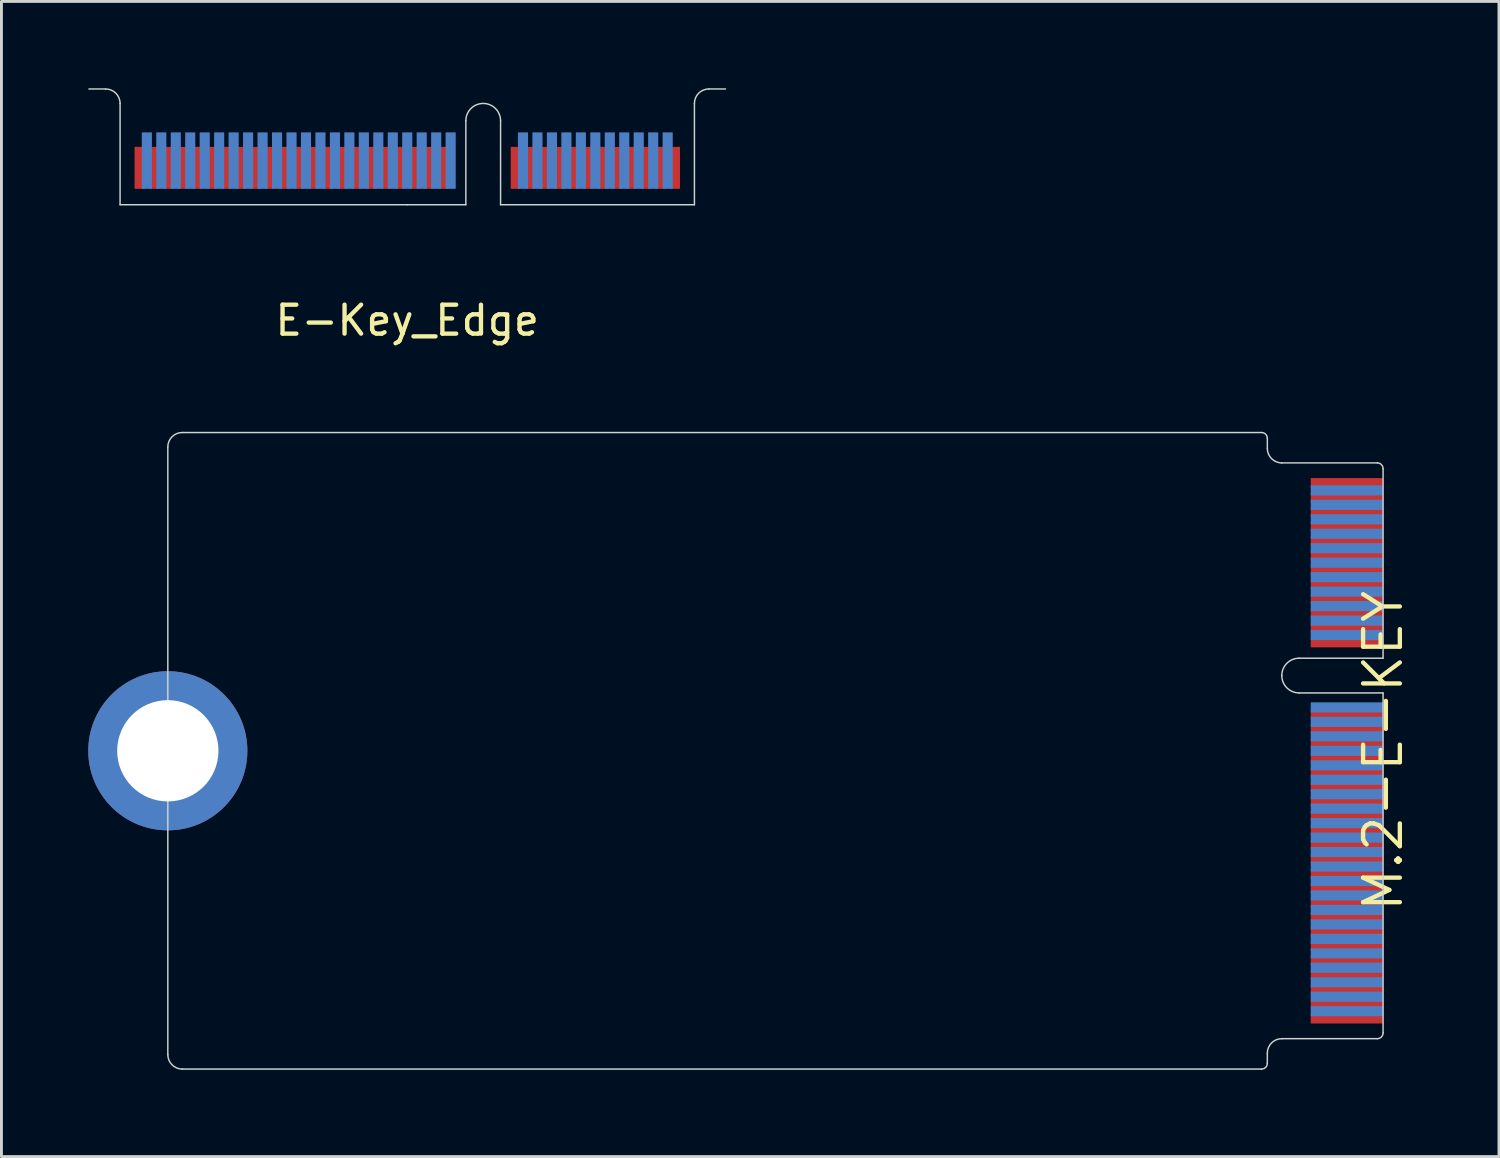
<source format=kicad_pcb>
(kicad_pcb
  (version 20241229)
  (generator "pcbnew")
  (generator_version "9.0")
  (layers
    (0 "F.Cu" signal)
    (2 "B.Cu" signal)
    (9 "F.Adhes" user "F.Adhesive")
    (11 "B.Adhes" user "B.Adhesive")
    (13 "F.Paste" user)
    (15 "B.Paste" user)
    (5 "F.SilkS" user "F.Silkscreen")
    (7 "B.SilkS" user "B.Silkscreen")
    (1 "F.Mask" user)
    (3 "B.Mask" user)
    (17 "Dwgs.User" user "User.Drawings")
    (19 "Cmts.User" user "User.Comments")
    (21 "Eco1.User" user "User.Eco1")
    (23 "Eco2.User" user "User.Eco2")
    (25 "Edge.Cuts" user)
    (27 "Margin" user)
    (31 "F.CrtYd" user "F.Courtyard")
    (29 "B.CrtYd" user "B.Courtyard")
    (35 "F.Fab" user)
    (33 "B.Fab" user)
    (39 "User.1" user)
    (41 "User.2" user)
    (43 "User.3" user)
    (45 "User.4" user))
  (footprint "M.2-E-KEY"
    (layer "F.Cu")
    (at 21.89 24.598)
    (property "Reference" "M.2-E-KEY" (at 22.86 -1.7 90) (layer "F.SilkS") (effects (font (size 1.27 1.27) (thickness 0.15))))
    (attr through_hole)
    (fp_line (start -19.14 -12.2) (end -19.14 8.8) (stroke (width 0.05) (type solid)) (layer "Edge.Cuts"))
    (fp_line (start -18.64 9.3) (end 18.66 9.3) (stroke (width 0.05) (type solid)) (layer "Edge.Cuts"))
    (fp_line (start 18.66 -12.7) (end -18.64 -12.7) (stroke (width 0.05) (type solid)) (layer "Edge.Cuts"))
    (fp_line (start 18.86 -12.15) (end 18.86 -12.5) (stroke (width 0.05) (type solid)) (layer "Edge.Cuts"))
    (fp_line (start 18.86 9.1) (end 18.86 8.75) (stroke (width 0.05) (type solid)) (layer "Edge.Cuts"))
    (fp_line (start 19.36 8.25) (end 22.66 8.25) (stroke (width 0.05) (type solid)) (layer "Edge.Cuts"))
    (fp_line (start 19.96 -4.9) (end 22.86 -4.9) (stroke (width 0.05) (type solid)) (layer "Edge.Cuts"))
    (fp_line (start 19.96 -3.7) (end 22.86 -3.7) (stroke (width 0.05) (type solid)) (layer "Edge.Cuts"))
    (fp_line (start 22.66 -11.65) (end 19.36 -11.65) (stroke (width 0.05) (type solid)) (layer "Edge.Cuts"))
    (fp_line (start 22.86 -4.9) (end 22.86 -11.45) (stroke (width 0.05) (type solid)) (layer "Edge.Cuts"))
    (fp_line (start 22.86 8.05) (end 22.86 -3.7) (stroke (width 0.05) (type solid)) (layer "Edge.Cuts"))
    (fp_arc (start -19.14 -12.2) (mid -18.993553 -12.553553) (end -18.64 -12.7) (stroke (width 0.05) (type solid)) (layer "Edge.Cuts"))
    (fp_arc (start -18.64 9.3) (mid -18.993553 9.153553) (end -19.14 8.8) (stroke (width 0.05) (type solid)) (layer "Edge.Cuts"))
    (fp_arc (start 18.66 -12.7) (mid 18.801421 -12.641421) (end 18.86 -12.5) (stroke (width 0.05) (type solid)) (layer "Edge.Cuts"))
    (fp_arc (start 18.86 8.75) (mid 19.006447 8.396447) (end 19.36 8.25) (stroke (width 0.05) (type solid)) (layer "Edge.Cuts"))
    (fp_arc (start 18.86 9.1) (mid 18.801421 9.241421) (end 18.66 9.3) (stroke (width 0.05) (type solid)) (layer "Edge.Cuts"))
    (fp_arc (start 19.36 -11.65) (mid 19.006447 -11.796447) (end 18.86 -12.15) (stroke (width 0.05) (type solid)) (layer "Edge.Cuts"))
    (fp_arc (start 19.36 -4.3) (mid 19.535736 -4.724264) (end 19.96 -4.9) (stroke (width 0.05) (type solid)) (layer "Edge.Cuts"))
    (fp_arc (start 19.96 -3.7) (mid 19.535736 -3.875736) (end 19.36 -4.3) (stroke (width 0.05) (type solid)) (layer "Edge.Cuts"))
    (fp_arc (start 22.66 -11.65) (mid 22.801421 -11.591421) (end 22.86 -11.45) (stroke (width 0.05) (type solid)) (layer "Edge.Cuts"))
    (fp_arc (start 22.86 8.05) (mid 22.801421 8.191421) (end 22.66 8.25) (stroke (width 0.05) (type solid)) (layer "Edge.Cuts"))
    (pad "MOUNTING-HOLE" thru_hole circle (at -19.14 -1.7 90) (size 5.5 5.5) (drill 3.5) (layers "*.Cu" "*.Mask"))
    (pad "P$1" smd rect (at 21.61 -10.95 90) (size 0.35 2.5) (layers "F.Cu" "F.Mask" "F.Paste"))
    (pad "P$2" smd rect (at 21.61 -10.7 90) (size 0.35 2.5) (layers "B.Cu" "B.Mask" "B.Paste"))
    (pad "P$3" smd rect (at 21.61 -10.45 90) (size 0.35 2.5) (layers "F.Cu" "F.Mask" "F.Paste"))
    (pad "P$4" smd rect (at 21.61 -10.2 90) (size 0.35 2.5) (layers "B.Cu" "B.Mask" "B.Paste"))
    (pad "P$5" smd rect (at 21.61 -9.95 90) (size 0.35 2.5) (layers "F.Cu" "F.Mask" "F.Paste"))
    (pad "P$6" smd rect (at 21.61 -9.7 90) (size 0.35 2.5) (layers "B.Cu" "B.Mask" "B.Paste"))
    (pad "P$7" smd rect (at 21.61 -9.45 90) (size 0.35 2.5) (layers "F.Cu" "F.Mask" "F.Paste"))
    (pad "P$8" smd rect (at 21.61 -9.2 90) (size 0.35 2.5) (layers "B.Cu" "B.Mask" "B.Paste"))
    (pad "P$9" smd rect (at 21.61 -8.95 90) (size 0.35 2.5) (layers "F.Cu" "F.Mask" "F.Paste"))
    (pad "P$10" smd rect (at 21.61 -8.7 90) (size 0.35 2.5) (layers "B.Cu" "B.Mask" "B.Paste"))
    (pad "P$11" smd rect (at 21.61 -8.45 90) (size 0.35 2.5) (layers "F.Cu" "F.Mask" "F.Paste"))
    (pad "P$12" smd rect (at 21.61 -8.2 90) (size 0.35 2.5) (layers "B.Cu" "B.Mask" "B.Paste"))
    (pad "P$13" smd rect (at 21.61 -7.95 90) (size 0.35 2.5) (layers "F.Cu" "F.Mask" "F.Paste"))
    (pad "P$14" smd rect (at 21.61 -7.7 90) (size 0.35 2.5) (layers "B.Cu" "B.Mask" "B.Paste"))
    (pad "P$15" smd rect (at 21.61 -7.45 90) (size 0.35 2.5) (layers "F.Cu" "F.Mask" "F.Paste"))
    (pad "P$16" smd rect (at 21.61 -7.2 90) (size 0.35 2.5) (layers "B.Cu" "B.Mask" "B.Paste"))
    (pad "P$17" smd rect (at 21.61 -6.95 90) (size 0.35 2.5) (layers "F.Cu" "F.Mask" "F.Paste"))
    (pad "P$18" smd rect (at 21.61 -6.7 90) (size 0.35 2.5) (layers "B.Cu" "B.Mask" "B.Paste"))
    (pad "P$19" smd rect (at 21.61 -6.45 90) (size 0.35 2.5) (layers "F.Cu" "F.Mask" "F.Paste"))
    (pad "P$20" smd rect (at 21.61 -6.2 90) (size 0.35 2.5) (layers "B.Cu" "B.Mask" "B.Paste"))
    (pad "P$21" smd rect (at 21.61 -5.95 90) (size 0.35 2.5) (layers "F.Cu" "F.Mask" "F.Paste"))
    (pad "P$22" smd rect (at 21.61 -5.7 90) (size 0.35 2.5) (layers "B.Cu" "B.Mask" "B.Paste"))
    (pad "P$23" smd rect (at 21.61 -5.45 90) (size 0.35 2.5) (layers "F.Cu" "F.Mask" "F.Paste"))
    (pad "P$32" smd rect (at 21.61 -3.2 90) (size 0.35 2.5) (layers "B.Cu" "B.Mask" "B.Paste"))
    (pad "P$33" smd rect (at 21.61 -2.95 90) (size 0.35 2.5) (layers "F.Cu" "F.Mask" "F.Paste"))
    (pad "P$34" smd rect (at 21.61 -2.7 90) (size 0.35 2.5) (layers "B.Cu" "B.Mask" "B.Paste"))
    (pad "P$35" smd rect (at 21.61 -2.45 90) (size 0.35 2.5) (layers "F.Cu" "F.Mask" "F.Paste"))
    (pad "P$36" smd rect (at 21.61 -2.2 90) (size 0.35 2.5) (layers "B.Cu" "B.Mask" "B.Paste"))
    (pad "P$37" smd rect (at 21.61 -1.95 90) (size 0.35 2.5) (layers "F.Cu" "F.Mask" "F.Paste"))
    (pad "P$38" smd rect (at 21.61 -1.7 90) (size 0.35 2.5) (layers "B.Cu" "B.Mask" "B.Paste"))
    (pad "P$39" smd rect (at 21.61 -1.45 90) (size 0.35 2.5) (layers "F.Cu" "F.Mask" "F.Paste"))
    (pad "P$40" smd rect (at 21.61 -1.2 90) (size 0.35 2.5) (layers "B.Cu" "B.Mask" "B.Paste"))
    (pad "P$41" smd rect (at 21.61 -0.95 90) (size 0.35 2.5) (layers "F.Cu" "F.Mask" "F.Paste"))
    (pad "P$42" smd rect (at 21.61 -0.7 90) (size 0.35 2.5) (layers "B.Cu" "B.Mask" "B.Paste"))
    (pad "P$43" smd rect (at 21.61 -0.45 90) (size 0.35 2.5) (layers "F.Cu" "F.Mask" "F.Paste"))
    (pad "P$44" smd rect (at 21.61 -0.2 90) (size 0.35 2.5) (layers "B.Cu" "B.Mask" "B.Paste"))
    (pad "P$45" smd rect (at 21.61 0.05 90) (size 0.35 2.5) (layers "F.Cu" "F.Mask" "F.Paste"))
    (pad "P$46" smd rect (at 21.61 0.3 90) (size 0.35 2.5) (layers "B.Cu" "B.Mask" "B.Paste"))
    (pad "P$47" smd rect (at 21.61 0.55 90) (size 0.35 2.5) (layers "F.Cu" "F.Mask" "F.Paste"))
    (pad "P$48" smd rect (at 21.61 0.8 90) (size 0.35 2.5) (layers "B.Cu" "B.Mask" "B.Paste"))
    (pad "P$49" smd rect (at 21.61 1.05 90) (size 0.35 2.5) (layers "F.Cu" "F.Mask" "F.Paste"))
    (pad "P$50" smd rect (at 21.61 1.3 90) (size 0.35 2.5) (layers "B.Cu" "B.Mask" "B.Paste"))
    (pad "P$51" smd rect (at 21.61 1.55 90) (size 0.35 2.5) (layers "F.Cu" "F.Mask" "F.Paste"))
    (pad "P$52" smd rect (at 21.61 1.8 90) (size 0.35 2.5) (layers "B.Cu" "B.Mask" "B.Paste"))
    (pad "P$53" smd rect (at 21.61 2.05 90) (size 0.35 2.5) (layers "F.Cu" "F.Mask" "F.Paste"))
    (pad "P$54" smd rect (at 21.61 2.3 90) (size 0.35 2.5) (layers "B.Cu" "B.Mask" "B.Paste"))
    (pad "P$55" smd rect (at 21.61 2.55 90) (size 0.35 2.5) (layers "F.Cu" "F.Mask" "F.Paste"))
    (pad "P$56" smd rect (at 21.61 2.8 90) (size 0.35 2.5) (layers "B.Cu" "B.Mask" "B.Paste"))
    (pad "P$57" smd rect (at 21.61 3.05 90) (size 0.35 2.5) (layers "F.Cu" "F.Mask" "F.Paste"))
    (pad "P$58" smd rect (at 21.61 3.3 90) (size 0.35 2.5) (layers "B.Cu" "B.Mask" "B.Paste"))
    (pad "P$59" smd rect (at 21.61 3.55 90) (size 0.35 2.5) (layers "F.Cu" "F.Mask" "F.Paste"))
    (pad "P$60" smd rect (at 21.61 3.8 90) (size 0.35 2.5) (layers "B.Cu" "B.Mask" "B.Paste"))
    (pad "P$61" smd rect (at 21.61 4.05 90) (size 0.35 2.5) (layers "F.Cu" "F.Mask" "F.Paste"))
    (pad "P$62" smd rect (at 21.61 4.3 90) (size 0.35 2.5) (layers "B.Cu" "B.Mask" "B.Paste"))
    (pad "P$63" smd rect (at 21.61 4.55 90) (size 0.35 2.5) (layers "F.Cu" "F.Mask" "F.Paste"))
    (pad "P$64" smd rect (at 21.61 4.8 90) (size 0.35 2.5) (layers "B.Cu" "B.Mask" "B.Paste"))
    (pad "P$65" smd rect (at 21.61 5.05 90) (size 0.35 2.5) (layers "F.Cu" "F.Mask" "F.Paste"))
    (pad "P$66" smd rect (at 21.61 5.3 90) (size 0.35 2.5) (layers "B.Cu" "B.Mask" "B.Paste"))
    (pad "P$67" smd rect (at 21.61 5.55 90) (size 0.35 2.5) (layers "F.Cu" "F.Mask" "F.Paste"))
    (pad "P$68" smd rect (at 21.61 5.8 90) (size 0.35 2.5) (layers "B.Cu" "B.Mask" "B.Paste"))
    (pad "P$69" smd rect (at 21.61 6.05 90) (size 0.35 2.5) (layers "F.Cu" "F.Mask" "F.Paste"))
    (pad "P$70" smd rect (at 21.61 6.3 90) (size 0.35 2.5) (layers "B.Cu" "B.Mask" "B.Paste"))
    (pad "P$71" smd rect (at 21.61 6.55 90) (size 0.35 2.5) (layers "F.Cu" "F.Mask" "F.Paste"))
    (pad "P$72" smd rect (at 21.61 6.8 90) (size 0.35 2.5) (layers "B.Cu" "B.Mask" "B.Paste"))
    (pad "P$73" smd rect (at 21.61 7.05 90) (size 0.35 2.5) (layers "F.Cu" "F.Mask" "F.Paste"))
    (pad "P$74" smd rect (at 21.61 7.3 90) (size 0.35 2.5) (layers "B.Cu" "B.Mask" "B.Paste"))
    (pad "P$75" smd rect (at 21.61 7.55 90) (size 0.35 2.5) (layers "F.Cu" "F.Mask" "F.Paste")))
  (footprint "E-Key_Edge"
    (layer "F.Cu")
    (at 11.025 4.025)
    (property "Reference" "E-Key_Edge" (at 0 4 0) (layer "F.SilkS") (effects (font (size 1 1) (thickness 0.15))))
    (attr through_hole)
    (fp_poly (pts (xy -9.925 0) (xy 2.025 0) (xy 2.025 -2) (xy -9.925 -2)) (stroke (width 0.1) (type solid)) (fill yes) (layer "F.Mask"))
    (fp_poly (pts (xy 3.225 0) (xy 9.925 0) (xy 9.925 -2) (xy 3.225 -2)) (stroke (width 0.1) (type solid)) (fill yes) (layer "F.Mask"))
    (fp_poly (pts (xy -9.925 0) (xy 2.025 0) (xy 2.025 -2.5) (xy -9.925 -2.5)) (stroke (width 0.1) (type solid)) (fill yes) (layer "B.Mask"))
    (fp_poly (pts (xy 3.225 0) (xy 9.925 0) (xy 9.925 -2.5) (xy 3.225 -2.5)) (stroke (width 0.1) (type solid)) (fill yes) (layer "B.Mask"))
    (fp_line (start -11 -4) (end -10.425 -4) (stroke (width 0.05) (type solid)) (layer "Edge.Cuts"))
    (fp_line (start -9.925 -3.5) (end -9.925 0) (stroke (width 0.05) (type solid)) (layer "Edge.Cuts"))
    (fp_line (start -9.925 0) (end 0 0) (stroke (width 0.05) (type solid)) (layer "Edge.Cuts"))
    (fp_line (start 0 0) (end 2.025 0) (stroke (width 0.05) (type solid)) (layer "Edge.Cuts"))
    (fp_line (start 2.025 0) (end 2.025 -2.9) (stroke (width 0.05) (type solid)) (layer "Edge.Cuts"))
    (fp_line (start 3.225 -2.9) (end 3.225 0) (stroke (width 0.05) (type solid)) (layer "Edge.Cuts"))
    (fp_line (start 3.225 0) (end 9.925 0) (stroke (width 0.05) (type solid)) (layer "Edge.Cuts"))
    (fp_line (start 9.925 0) (end 9.925 -3.5) (stroke (width 0.05) (type solid)) (layer "Edge.Cuts"))
    (fp_line (start 10.425 -4) (end 11 -4) (stroke (width 0.05) (type solid)) (layer "Edge.Cuts"))
    (fp_arc (start -10.425 -4) (mid -10.071447 -3.853553) (end -9.925 -3.5) (stroke (width 0.05) (type solid)) (layer "Edge.Cuts"))
    (fp_arc (start 2.025 -2.9) (mid 2.625 -3.5) (end 3.225 -2.9) (stroke (width 0.05) (type solid)) (layer "Edge.Cuts"))
    (fp_arc (start 9.925 -3.5) (mid 10.071447 -3.853553) (end 10.425 -4) (stroke (width 0.05) (type solid)) (layer "Edge.Cuts"))
    (pad "1" smd rect (at 9.25 -1.275) (size 0.35 1.45) (layers "F.Cu"))
    (pad "2" smd rect (at 9 -1.525) (size 0.35 1.95) (layers "B.Cu"))
    (pad "3" smd rect (at 8.75 -1.275) (size 0.35 1.45) (layers "F.Cu"))
    (pad "4" smd rect (at 8.5 -1.525) (size 0.35 1.95) (layers "B.Cu"))
    (pad "5" smd rect (at 8.25 -1.275) (size 0.35 1.45) (layers "F.Cu"))
    (pad "6" smd rect (at 8 -1.525) (size 0.35 1.95) (layers "B.Cu"))
    (pad "7" smd rect (at 7.75 -1.275) (size 0.35 1.45) (layers "F.Cu"))
    (pad "8" smd rect (at 7.5 -1.525) (size 0.35 1.95) (layers "B.Cu"))
    (pad "9" smd rect (at 7.25 -1.275) (size 0.35 1.45) (layers "F.Cu"))
    (pad "10" smd rect (at 7 -1.525) (size 0.35 1.95) (layers "B.Cu"))
    (pad "11" smd rect (at 6.75 -1.275) (size 0.35 1.45) (layers "F.Cu"))
    (pad "12" smd rect (at 6.5 -1.525) (size 0.35 1.95) (layers "B.Cu"))
    (pad "13" smd rect (at 6.25 -1.275) (size 0.35 1.45) (layers "F.Cu"))
    (pad "14" smd rect (at 6 -1.525) (size 0.35 1.95) (layers "B.Cu"))
    (pad "15" smd rect (at 5.75 -1.275) (size 0.35 1.45) (layers "F.Cu"))
    (pad "16" smd rect (at 5.5 -1.525) (size 0.35 1.95) (layers "B.Cu"))
    (pad "17" smd rect (at 5.25 -1.275) (size 0.35 1.45) (layers "F.Cu"))
    (pad "18" smd rect (at 5 -1.525) (size 0.35 1.95) (layers "B.Cu"))
    (pad "19" smd rect (at 4.75 -1.275) (size 0.35 1.45) (layers "F.Cu"))
    (pad "20" smd rect (at 4.5 -1.525) (size 0.35 1.95) (layers "B.Cu"))
    (pad "21" smd rect (at 4.25 -1.275) (size 0.35 1.45) (layers "F.Cu"))
    (pad "22" smd rect (at 4 -1.525) (size 0.35 1.95) (layers "B.Cu"))
    (pad "23" smd rect (at 3.75 -1.275) (size 0.35 1.45) (layers "F.Cu"))
    (pad "32" smd rect (at 1.5 -1.525) (size 0.35 1.95) (layers "B.Cu"))
    (pad "33" smd rect (at 1.25 -1.275) (size 0.35 1.45) (layers "F.Cu"))
    (pad "34" smd rect (at 1 -1.525) (size 0.35 1.95) (layers "B.Cu"))
    (pad "35" smd rect (at 0.75 -1.275) (size 0.35 1.45) (layers "F.Cu"))
    (pad "36" smd rect (at 0.5 -1.525) (size 0.35 1.95) (layers "B.Cu"))
    (pad "37" smd rect (at 0.25 -1.275) (size 0.35 1.45) (layers "F.Cu"))
    (pad "38" smd rect (at 0 -1.525) (size 0.35 1.95) (layers "B.Cu"))
    (pad "39" smd rect (at -0.25 -1.275) (size 0.35 1.45) (layers "F.Cu"))
    (pad "40" smd rect (at -0.5 -1.525) (size 0.35 1.95) (layers "B.Cu"))
    (pad "41" smd rect (at -0.75 -1.275) (size 0.35 1.45) (layers "F.Cu"))
    (pad "42" smd rect (at -1 -1.525) (size 0.35 1.95) (layers "B.Cu"))
    (pad "43" smd rect (at -1.25 -1.275) (size 0.35 1.45) (layers "F.Cu"))
    (pad "44" smd rect (at -1.5 -1.525) (size 0.35 1.95) (layers "B.Cu"))
    (pad "45" smd rect (at -1.75 -1.275) (size 0.35 1.45) (layers "F.Cu"))
    (pad "46" smd rect (at -2 -1.525) (size 0.35 1.95) (layers "B.Cu"))
    (pad "47" smd rect (at -2.25 -1.275) (size 0.35 1.45) (layers "F.Cu"))
    (pad "48" smd rect (at -2.5 -1.525) (size 0.35 1.95) (layers "B.Cu"))
    (pad "49" smd rect (at -2.75 -1.275) (size 0.35 1.45) (layers "F.Cu"))
    (pad "50" smd rect (at -3 -1.525) (size 0.35 1.95) (layers "B.Cu"))
    (pad "51" smd rect (at -3.25 -1.275) (size 0.35 1.45) (layers "F.Cu"))
    (pad "52" smd rect (at -3.5 -1.525) (size 0.35 1.95) (layers "B.Cu"))
    (pad "53" smd rect (at -3.75 -1.275) (size 0.35 1.45) (layers "F.Cu"))
    (pad "54" smd rect (at -4 -1.525) (size 0.35 1.95) (layers "B.Cu"))
    (pad "55" smd rect (at -4.25 -1.275) (size 0.35 1.45) (layers "F.Cu"))
    (pad "56" smd rect (at -4.5 -1.525) (size 0.35 1.95) (layers "B.Cu"))
    (pad "57" smd rect (at -4.75 -1.275) (size 0.35 1.45) (layers "F.Cu"))
    (pad "58" smd rect (at -5 -1.525) (size 0.35 1.95) (layers "B.Cu"))
    (pad "59" smd rect (at -5.25 -1.275) (size 0.35 1.45) (layers "F.Cu"))
    (pad "60" smd rect (at -5.5 -1.525) (size 0.35 1.95) (layers "B.Cu"))
    (pad "61" smd rect (at -5.75 -1.275) (size 0.35 1.45) (layers "F.Cu"))
    (pad "62" smd rect (at -6 -1.525) (size 0.35 1.95) (layers "B.Cu"))
    (pad "63" smd rect (at -6.25 -1.275) (size 0.35 1.45) (layers "F.Cu"))
    (pad "64" smd rect (at -6.5 -1.525) (size 0.35 1.95) (layers "B.Cu"))
    (pad "65" smd rect (at -6.75 -1.275) (size 0.35 1.45) (layers "F.Cu"))
    (pad "66" smd rect (at -7 -1.525) (size 0.35 1.95) (layers "B.Cu"))
    (pad "67" smd rect (at -7.25 -1.275) (size 0.35 1.45) (layers "F.Cu"))
    (pad "68" smd rect (at -7.5 -1.525) (size 0.35 1.95) (layers "B.Cu"))
    (pad "69" smd rect (at -7.75 -1.275) (size 0.35 1.45) (layers "F.Cu"))
    (pad "70" smd rect (at -8 -1.525) (size 0.35 1.95) (layers "B.Cu"))
    (pad "71" smd rect (at -8.25 -1.275) (size 0.35 1.45) (layers "F.Cu"))
    (pad "72" smd rect (at -8.5 -1.525) (size 0.35 1.95) (layers "B.Cu"))
    (pad "73" smd rect (at -8.75 -1.275) (size 0.35 1.45) (layers "F.Cu"))
    (pad "74" smd rect (at -9 -1.525) (size 0.35 1.95) (layers "B.Cu"))
    (pad "75" smd rect (at -9.25 -1.275) (size 0.35 1.45) (layers "F.Cu")))
  (gr_rect
    (start -3 -3)
    (end 48.756 36.923)
    (stroke (width 0.1) (type default))
    (fill no)
    (layer "Edge.Cuts")))
</source>
